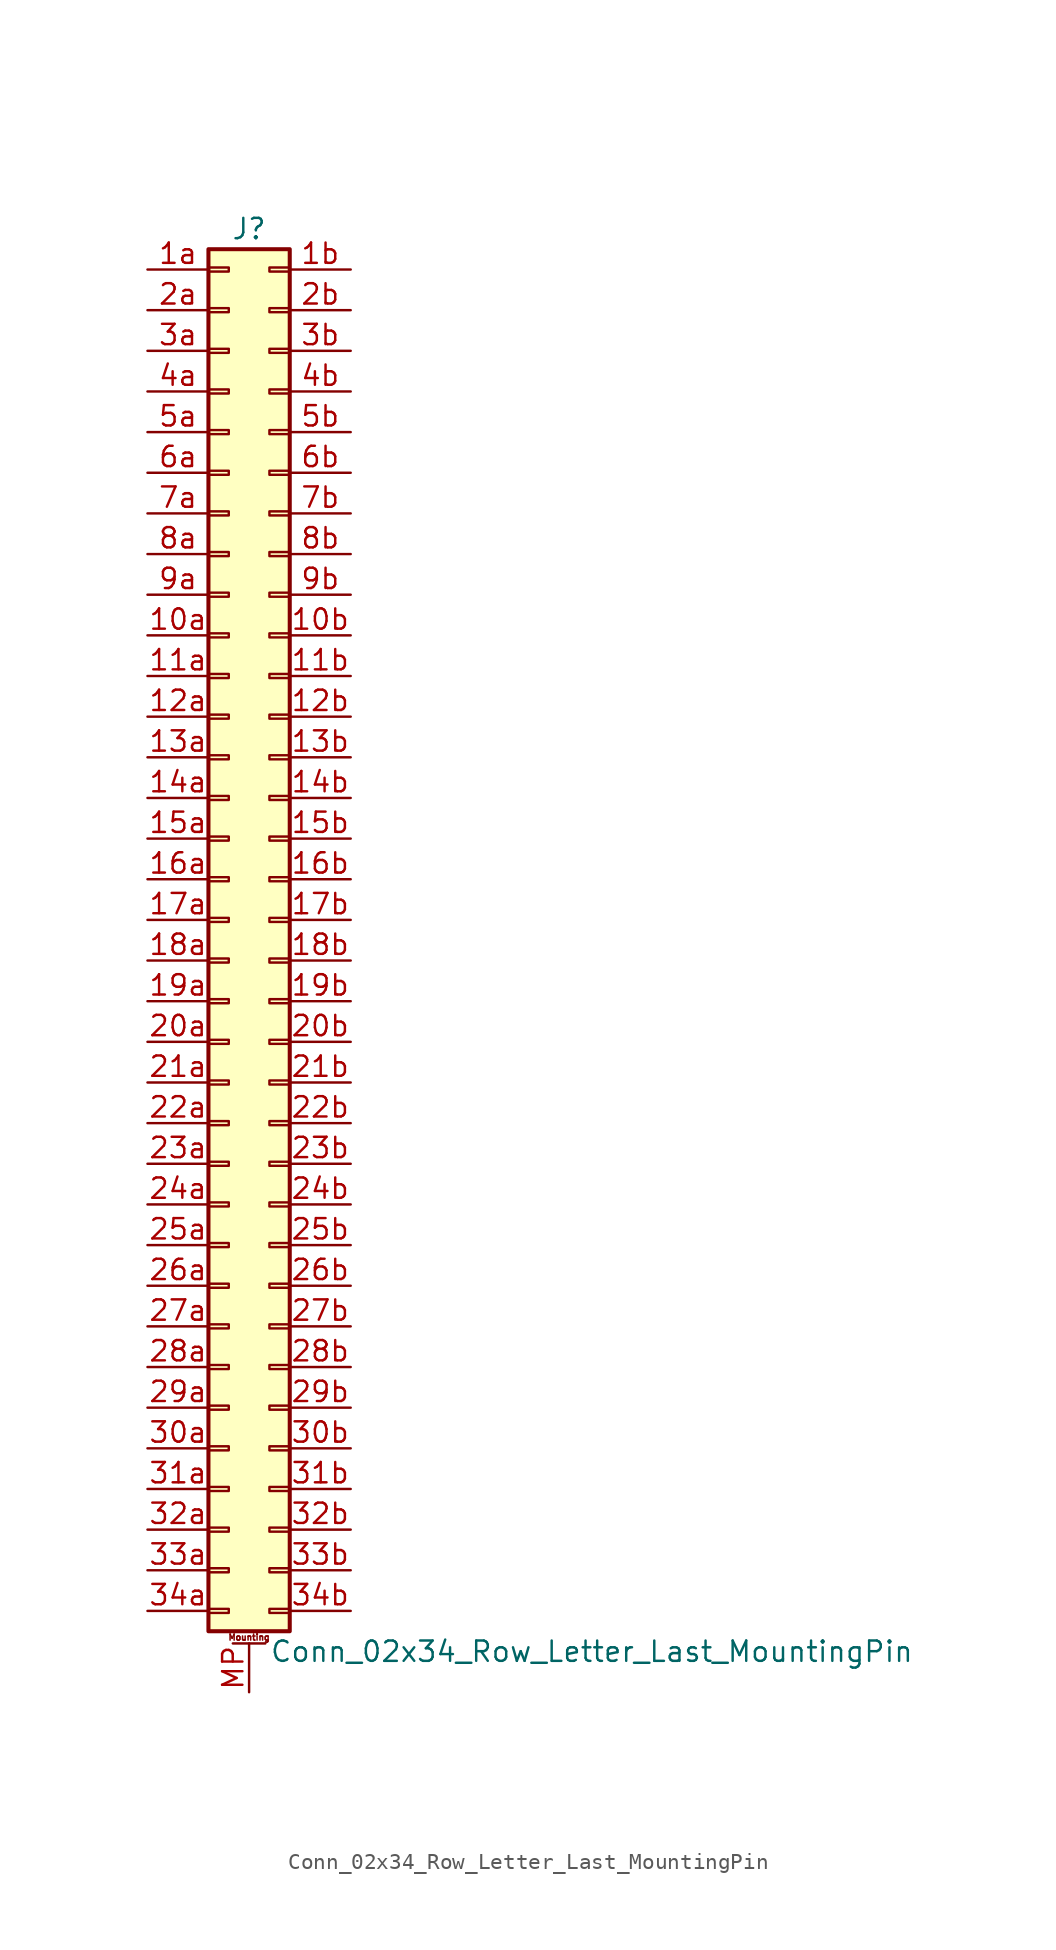
<source format=kicad_sym>
(kicad_symbol_lib
  (version 20201005)
  (generator kicad_symbol_editor)
  (symbol "Connector_Generic_MountingPin:Conn_02x34_Row_Letter_Last_MountingPin"
    (pin_names
      (offset 1.016) hide)
    (property "Reference" "J"
      (at 1.27 43.18 0)
      (effects (font (size 1.27 1.27))))
    (property "Value" "Conn_02x34_Row_Letter_Last_MountingPin"
      (at 2.54 -45.72 0)
      (effects (font (size 1.27 1.27)) (justify left)))
    (symbol "Conn_02x34_Row_Letter_Last_MountingPin_1_1"
      (text "Mounting" (at 1.27 -44.831 0) (effects (font (size 0.381 0.381))))
      (rectangle (start -1.27 -27.813) (end 0 -28.067) (stroke (width 0.152)) (fill (type none)))
      (rectangle (start -1.27 -30.353) (end 0 -30.607) (stroke (width 0.152)) (fill (type none)))
      (rectangle (start -1.27 -32.893) (end 0 -33.147) (stroke (width 0.152)) (fill (type none)))
      (rectangle (start -1.27 -35.433) (end 0 -35.687) (stroke (width 0.152)) (fill (type none)))
      (rectangle (start -1.27 -37.973) (end 0 -38.227) (stroke (width 0.152)) (fill (type none)))
      (rectangle (start -1.27 -40.513) (end 0 -40.767) (stroke (width 0.152)) (fill (type none)))
      (rectangle (start -1.27 -43.053) (end 0 -43.307) (stroke (width 0.152)) (fill (type none)))
      (rectangle (start -1.27 -4.953) (end 0 -5.207) (stroke (width 0.152)) (fill (type none)))
      (rectangle (start -1.27 -7.493) (end 0 -7.747) (stroke (width 0.152)) (fill (type none)))
      (rectangle (start -1.27 -10.033) (end 0 -10.287) (stroke (width 0.152)) (fill (type none)))
      (rectangle (start -1.27 -12.573) (end 0 -12.827) (stroke (width 0.152)) (fill (type none)))
      (rectangle (start -1.27 -15.113) (end 0 -15.367) (stroke (width 0.152)) (fill (type none)))
      (rectangle (start -1.27 -17.653) (end 0 -17.907) (stroke (width 0.152)) (fill (type none)))
      (rectangle (start -1.27 -20.193) (end 0 -20.447) (stroke (width 0.152)) (fill (type none)))
      (rectangle (start -1.27 -22.733) (end 0 -22.987) (stroke (width 0.152)) (fill (type none)))
      (rectangle (start -1.27 -2.413) (end 0 -2.667) (stroke (width 0.152)) (fill (type none)))
      (rectangle (start -1.27 -25.273) (end 0 -25.527) (stroke (width 0.152)) (fill (type none)))
      (rectangle (start -1.27 25.527) (end 0 25.273) (stroke (width 0.152)) (fill (type none)))
      (rectangle (start -1.27 2.667) (end 0 2.413) (stroke (width 0.152)) (fill (type none)))
      (rectangle (start -1.27 28.067) (end 0 27.813) (stroke (width 0.152)) (fill (type none)))
      (rectangle (start -1.27 30.607) (end 0 30.353) (stroke (width 0.152)) (fill (type none)))
      (rectangle (start -1.27 33.147) (end 0 32.893) (stroke (width 0.152)) (fill (type none)))
      (rectangle (start -1.27 35.687) (end 0 35.433) (stroke (width 0.152)) (fill (type none)))
      (rectangle (start -1.27 38.227) (end 0 37.973) (stroke (width 0.152)) (fill (type none)))
      (rectangle (start -1.27 40.767) (end 0 40.513) (stroke (width 0.152)) (fill (type none)))
      (rectangle (start -1.27 41.91) (end 3.81 -44.45) (stroke (width 0.254)) (fill (type background)))
      (rectangle (start -1.27 5.207) (end 0 4.953) (stroke (width 0.152)) (fill (type none)))
      (rectangle (start -1.27 7.747) (end 0 7.493) (stroke (width 0.152)) (fill (type none)))
      (rectangle (start -1.27 10.287) (end 0 10.033) (stroke (width 0.152)) (fill (type none)))
      (rectangle (start -1.27 0.127) (end 0 -0.127) (stroke (width 0.152)) (fill (type none)))
      (rectangle (start -1.27 12.827) (end 0 12.573) (stroke (width 0.152)) (fill (type none)))
      (rectangle (start -1.27 15.367) (end 0 15.113) (stroke (width 0.152)) (fill (type none)))
      (rectangle (start -1.27 17.907) (end 0 17.653) (stroke (width 0.152)) (fill (type none)))
      (rectangle (start -1.27 20.447) (end 0 20.193) (stroke (width 0.152)) (fill (type none)))
      (rectangle (start -1.27 22.987) (end 0 22.733) (stroke (width 0.152)) (fill (type none)))
      (rectangle (start 3.81 -27.813) (end 2.54 -28.067) (stroke (width 0.152)) (fill (type none)))
      (rectangle (start 3.81 -30.353) (end 2.54 -30.607) (stroke (width 0.152)) (fill (type none)))
      (rectangle (start 3.81 -32.893) (end 2.54 -33.147) (stroke (width 0.152)) (fill (type none)))
      (rectangle (start 3.81 -35.433) (end 2.54 -35.687) (stroke (width 0.152)) (fill (type none)))
      (rectangle (start 3.81 -37.973) (end 2.54 -38.227) (stroke (width 0.152)) (fill (type none)))
      (rectangle (start 3.81 -40.513) (end 2.54 -40.767) (stroke (width 0.152)) (fill (type none)))
      (rectangle (start 3.81 -43.053) (end 2.54 -43.307) (stroke (width 0.152)) (fill (type none)))
      (rectangle (start 3.81 -4.953) (end 2.54 -5.207) (stroke (width 0.152)) (fill (type none)))
      (rectangle (start 3.81 -7.493) (end 2.54 -7.747) (stroke (width 0.152)) (fill (type none)))
      (rectangle (start 3.81 -10.033) (end 2.54 -10.287) (stroke (width 0.152)) (fill (type none)))
      (rectangle (start 3.81 -12.573) (end 2.54 -12.827) (stroke (width 0.152)) (fill (type none)))
      (rectangle (start 3.81 -15.113) (end 2.54 -15.367) (stroke (width 0.152)) (fill (type none)))
      (rectangle (start 3.81 -17.653) (end 2.54 -17.907) (stroke (width 0.152)) (fill (type none)))
      (rectangle (start 3.81 -20.193) (end 2.54 -20.447) (stroke (width 0.152)) (fill (type none)))
      (rectangle (start 3.81 -22.733) (end 2.54 -22.987) (stroke (width 0.152)) (fill (type none)))
      (rectangle (start 3.81 -2.413) (end 2.54 -2.667) (stroke (width 0.152)) (fill (type none)))
      (rectangle (start 3.81 -25.273) (end 2.54 -25.527) (stroke (width 0.152)) (fill (type none)))
      (rectangle (start 3.81 25.527) (end 2.54 25.273) (stroke (width 0.152)) (fill (type none)))
      (rectangle (start 3.81 2.667) (end 2.54 2.413) (stroke (width 0.152)) (fill (type none)))
      (rectangle (start 3.81 28.067) (end 2.54 27.813) (stroke (width 0.152)) (fill (type none)))
      (rectangle (start 3.81 30.607) (end 2.54 30.353) (stroke (width 0.152)) (fill (type none)))
      (rectangle (start 3.81 33.147) (end 2.54 32.893) (stroke (width 0.152)) (fill (type none)))
      (rectangle (start 3.81 35.687) (end 2.54 35.433) (stroke (width 0.152)) (fill (type none)))
      (rectangle (start 3.81 38.227) (end 2.54 37.973) (stroke (width 0.152)) (fill (type none)))
      (rectangle (start 3.81 40.767) (end 2.54 40.513) (stroke (width 0.152)) (fill (type none)))
      (rectangle (start 3.81 5.207) (end 2.54 4.953) (stroke (width 0.152)) (fill (type none)))
      (rectangle (start 3.81 7.747) (end 2.54 7.493) (stroke (width 0.152)) (fill (type none)))
      (rectangle (start 3.81 10.287) (end 2.54 10.033) (stroke (width 0.152)) (fill (type none)))
      (rectangle (start 3.81 0.127) (end 2.54 -0.127) (stroke (width 0.152)) (fill (type none)))
      (rectangle (start 3.81 12.827) (end 2.54 12.573) (stroke (width 0.152)) (fill (type none)))
      (rectangle (start 3.81 15.367) (end 2.54 15.113) (stroke (width 0.152)) (fill (type none)))
      (rectangle (start 3.81 17.907) (end 2.54 17.653) (stroke (width 0.152)) (fill (type none)))
      (rectangle (start 3.81 20.447) (end 2.54 20.193) (stroke (width 0.152)) (fill (type none)))
      (rectangle (start 3.81 22.987) (end 2.54 22.733) (stroke (width 0.152)) (fill (type none)))
      (polyline (pts (xy 0.254 -45.212) (xy 2.286 -45.212)) (stroke (width 0.152)) (fill (type none)))
      (pin passive line (at 1.27 -48.26 90) (length 3.048) (name "MountPin" (effects (font (size 1.27 1.27)))) (number "MP" (effects (font (size 1.27 1.27)))))
      (pin passive line (at -5.08 17.78 0) (length 3.81) (name "Pin_10a" (effects (font (size 1.27 1.27)))) (number "10a" (effects (font (size 1.27 1.27)))))
      (pin passive line (at 7.62 17.78 180) (length 3.81) (name "Pin_10b" (effects (font (size 1.27 1.27)))) (number "10b" (effects (font (size 1.27 1.27)))))
      (pin passive line (at -5.08 15.24 0) (length 3.81) (name "Pin_11a" (effects (font (size 1.27 1.27)))) (number "11a" (effects (font (size 1.27 1.27)))))
      (pin passive line (at 7.62 15.24 180) (length 3.81) (name "Pin_11b" (effects (font (size 1.27 1.27)))) (number "11b" (effects (font (size 1.27 1.27)))))
      (pin passive line (at -5.08 12.7 0) (length 3.81) (name "Pin_12a" (effects (font (size 1.27 1.27)))) (number "12a" (effects (font (size 1.27 1.27)))))
      (pin passive line (at 7.62 12.7 180) (length 3.81) (name "Pin_12b" (effects (font (size 1.27 1.27)))) (number "12b" (effects (font (size 1.27 1.27)))))
      (pin passive line (at -5.08 10.16 0) (length 3.81) (name "Pin_13a" (effects (font (size 1.27 1.27)))) (number "13a" (effects (font (size 1.27 1.27)))))
      (pin passive line (at 7.62 10.16 180) (length 3.81) (name "Pin_13b" (effects (font (size 1.27 1.27)))) (number "13b" (effects (font (size 1.27 1.27)))))
      (pin passive line (at -5.08 7.62 0) (length 3.81) (name "Pin_14a" (effects (font (size 1.27 1.27)))) (number "14a" (effects (font (size 1.27 1.27)))))
      (pin passive line (at 7.62 7.62 180) (length 3.81) (name "Pin_14b" (effects (font (size 1.27 1.27)))) (number "14b" (effects (font (size 1.27 1.27)))))
      (pin passive line (at -5.08 5.08 0) (length 3.81) (name "Pin_15a" (effects (font (size 1.27 1.27)))) (number "15a" (effects (font (size 1.27 1.27)))))
      (pin passive line (at 7.62 5.08 180) (length 3.81) (name "Pin_15b" (effects (font (size 1.27 1.27)))) (number "15b" (effects (font (size 1.27 1.27)))))
      (pin passive line (at -5.08 2.54 0) (length 3.81) (name "Pin_16a" (effects (font (size 1.27 1.27)))) (number "16a" (effects (font (size 1.27 1.27)))))
      (pin passive line (at 7.62 2.54 180) (length 3.81) (name "Pin_16b" (effects (font (size 1.27 1.27)))) (number "16b" (effects (font (size 1.27 1.27)))))
      (pin passive line (at -5.08 0 0) (length 3.81) (name "Pin_17a" (effects (font (size 1.27 1.27)))) (number "17a" (effects (font (size 1.27 1.27)))))
      (pin passive line (at 7.62 0 180) (length 3.81) (name "Pin_17b" (effects (font (size 1.27 1.27)))) (number "17b" (effects (font (size 1.27 1.27)))))
      (pin passive line (at -5.08 -2.54 0) (length 3.81) (name "Pin_18a" (effects (font (size 1.27 1.27)))) (number "18a" (effects (font (size 1.27 1.27)))))
      (pin passive line (at 7.62 -2.54 180) (length 3.81) (name "Pin_18b" (effects (font (size 1.27 1.27)))) (number "18b" (effects (font (size 1.27 1.27)))))
      (pin passive line (at -5.08 -5.08 0) (length 3.81) (name "Pin_19a" (effects (font (size 1.27 1.27)))) (number "19a" (effects (font (size 1.27 1.27)))))
      (pin passive line (at 7.62 -5.08 180) (length 3.81) (name "Pin_19b" (effects (font (size 1.27 1.27)))) (number "19b" (effects (font (size 1.27 1.27)))))
      (pin passive line (at -5.08 40.64 0) (length 3.81) (name "Pin_1a" (effects (font (size 1.27 1.27)))) (number "1a" (effects (font (size 1.27 1.27)))))
      (pin passive line (at 7.62 40.64 180) (length 3.81) (name "Pin_1b" (effects (font (size 1.27 1.27)))) (number "1b" (effects (font (size 1.27 1.27)))))
      (pin passive line (at -5.08 -7.62 0) (length 3.81) (name "Pin_20a" (effects (font (size 1.27 1.27)))) (number "20a" (effects (font (size 1.27 1.27)))))
      (pin passive line (at 7.62 -7.62 180) (length 3.81) (name "Pin_20b" (effects (font (size 1.27 1.27)))) (number "20b" (effects (font (size 1.27 1.27)))))
      (pin passive line (at -5.08 -10.16 0) (length 3.81) (name "Pin_21a" (effects (font (size 1.27 1.27)))) (number "21a" (effects (font (size 1.27 1.27)))))
      (pin passive line (at 7.62 -10.16 180) (length 3.81) (name "Pin_21b" (effects (font (size 1.27 1.27)))) (number "21b" (effects (font (size 1.27 1.27)))))
      (pin passive line (at -5.08 -12.7 0) (length 3.81) (name "Pin_22a" (effects (font (size 1.27 1.27)))) (number "22a" (effects (font (size 1.27 1.27)))))
      (pin passive line (at 7.62 -12.7 180) (length 3.81) (name "Pin_22b" (effects (font (size 1.27 1.27)))) (number "22b" (effects (font (size 1.27 1.27)))))
      (pin passive line (at -5.08 -15.24 0) (length 3.81) (name "Pin_23a" (effects (font (size 1.27 1.27)))) (number "23a" (effects (font (size 1.27 1.27)))))
      (pin passive line (at 7.62 -15.24 180) (length 3.81) (name "Pin_23b" (effects (font (size 1.27 1.27)))) (number "23b" (effects (font (size 1.27 1.27)))))
      (pin passive line (at -5.08 -17.78 0) (length 3.81) (name "Pin_24a" (effects (font (size 1.27 1.27)))) (number "24a" (effects (font (size 1.27 1.27)))))
      (pin passive line (at 7.62 -17.78 180) (length 3.81) (name "Pin_24b" (effects (font (size 1.27 1.27)))) (number "24b" (effects (font (size 1.27 1.27)))))
      (pin passive line (at -5.08 -20.32 0) (length 3.81) (name "Pin_25a" (effects (font (size 1.27 1.27)))) (number "25a" (effects (font (size 1.27 1.27)))))
      (pin passive line (at 7.62 -20.32 180) (length 3.81) (name "Pin_25b" (effects (font (size 1.27 1.27)))) (number "25b" (effects (font (size 1.27 1.27)))))
      (pin passive line (at -5.08 -22.86 0) (length 3.81) (name "Pin_26a" (effects (font (size 1.27 1.27)))) (number "26a" (effects (font (size 1.27 1.27)))))
      (pin passive line (at 7.62 -22.86 180) (length 3.81) (name "Pin_26b" (effects (font (size 1.27 1.27)))) (number "26b" (effects (font (size 1.27 1.27)))))
      (pin passive line (at -5.08 -25.4 0) (length 3.81) (name "Pin_27a" (effects (font (size 1.27 1.27)))) (number "27a" (effects (font (size 1.27 1.27)))))
      (pin passive line (at 7.62 -25.4 180) (length 3.81) (name "Pin_27b" (effects (font (size 1.27 1.27)))) (number "27b" (effects (font (size 1.27 1.27)))))
      (pin passive line (at -5.08 -27.94 0) (length 3.81) (name "Pin_28a" (effects (font (size 1.27 1.27)))) (number "28a" (effects (font (size 1.27 1.27)))))
      (pin passive line (at 7.62 -27.94 180) (length 3.81) (name "Pin_28b" (effects (font (size 1.27 1.27)))) (number "28b" (effects (font (size 1.27 1.27)))))
      (pin passive line (at -5.08 -30.48 0) (length 3.81) (name "Pin_29a" (effects (font (size 1.27 1.27)))) (number "29a" (effects (font (size 1.27 1.27)))))
      (pin passive line (at 7.62 -30.48 180) (length 3.81) (name "Pin_29b" (effects (font (size 1.27 1.27)))) (number "29b" (effects (font (size 1.27 1.27)))))
      (pin passive line (at -5.08 38.1 0) (length 3.81) (name "Pin_2a" (effects (font (size 1.27 1.27)))) (number "2a" (effects (font (size 1.27 1.27)))))
      (pin passive line (at 7.62 38.1 180) (length 3.81) (name "Pin_2b" (effects (font (size 1.27 1.27)))) (number "2b" (effects (font (size 1.27 1.27)))))
      (pin passive line (at -5.08 -33.02 0) (length 3.81) (name "Pin_30a" (effects (font (size 1.27 1.27)))) (number "30a" (effects (font (size 1.27 1.27)))))
      (pin passive line (at 7.62 -33.02 180) (length 3.81) (name "Pin_30b" (effects (font (size 1.27 1.27)))) (number "30b" (effects (font (size 1.27 1.27)))))
      (pin passive line (at -5.08 -35.56 0) (length 3.81) (name "Pin_31a" (effects (font (size 1.27 1.27)))) (number "31a" (effects (font (size 1.27 1.27)))))
      (pin passive line (at 7.62 -35.56 180) (length 3.81) (name "Pin_31b" (effects (font (size 1.27 1.27)))) (number "31b" (effects (font (size 1.27 1.27)))))
      (pin passive line (at -5.08 -38.1 0) (length 3.81) (name "Pin_32a" (effects (font (size 1.27 1.27)))) (number "32a" (effects (font (size 1.27 1.27)))))
      (pin passive line (at 7.62 -38.1 180) (length 3.81) (name "Pin_32b" (effects (font (size 1.27 1.27)))) (number "32b" (effects (font (size 1.27 1.27)))))
      (pin passive line (at -5.08 -40.64 0) (length 3.81) (name "Pin_33a" (effects (font (size 1.27 1.27)))) (number "33a" (effects (font (size 1.27 1.27)))))
      (pin passive line (at 7.62 -40.64 180) (length 3.81) (name "Pin_33b" (effects (font (size 1.27 1.27)))) (number "33b" (effects (font (size 1.27 1.27)))))
      (pin passive line (at -5.08 -43.18 0) (length 3.81) (name "Pin_34a" (effects (font (size 1.27 1.27)))) (number "34a" (effects (font (size 1.27 1.27)))))
      (pin passive line (at 7.62 -43.18 180) (length 3.81) (name "Pin_34b" (effects (font (size 1.27 1.27)))) (number "34b" (effects (font (size 1.27 1.27)))))
      (pin passive line (at -5.08 35.56 0) (length 3.81) (name "Pin_3a" (effects (font (size 1.27 1.27)))) (number "3a" (effects (font (size 1.27 1.27)))))
      (pin passive line (at 7.62 35.56 180) (length 3.81) (name "Pin_3b" (effects (font (size 1.27 1.27)))) (number "3b" (effects (font (size 1.27 1.27)))))
      (pin passive line (at -5.08 33.02 0) (length 3.81) (name "Pin_4a" (effects (font (size 1.27 1.27)))) (number "4a" (effects (font (size 1.27 1.27)))))
      (pin passive line (at 7.62 33.02 180) (length 3.81) (name "Pin_4b" (effects (font (size 1.27 1.27)))) (number "4b" (effects (font (size 1.27 1.27)))))
      (pin passive line (at -5.08 30.48 0) (length 3.81) (name "Pin_5a" (effects (font (size 1.27 1.27)))) (number "5a" (effects (font (size 1.27 1.27)))))
      (pin passive line (at 7.62 30.48 180) (length 3.81) (name "Pin_5b" (effects (font (size 1.27 1.27)))) (number "5b" (effects (font (size 1.27 1.27)))))
      (pin passive line (at -5.08 27.94 0) (length 3.81) (name "Pin_6a" (effects (font (size 1.27 1.27)))) (number "6a" (effects (font (size 1.27 1.27)))))
      (pin passive line (at 7.62 27.94 180) (length 3.81) (name "Pin_6b" (effects (font (size 1.27 1.27)))) (number "6b" (effects (font (size 1.27 1.27)))))
      (pin passive line (at -5.08 25.4 0) (length 3.81) (name "Pin_7a" (effects (font (size 1.27 1.27)))) (number "7a" (effects (font (size 1.27 1.27)))))
      (pin passive line (at 7.62 25.4 180) (length 3.81) (name "Pin_7b" (effects (font (size 1.27 1.27)))) (number "7b" (effects (font (size 1.27 1.27)))))
      (pin passive line (at -5.08 22.86 0) (length 3.81) (name "Pin_8a" (effects (font (size 1.27 1.27)))) (number "8a" (effects (font (size 1.27 1.27)))))
      (pin passive line (at 7.62 22.86 180) (length 3.81) (name "Pin_8b" (effects (font (size 1.27 1.27)))) (number "8b" (effects (font (size 1.27 1.27)))))
      (pin passive line (at -5.08 20.32 0) (length 3.81) (name "Pin_9a" (effects (font (size 1.27 1.27)))) (number "9a" (effects (font (size 1.27 1.27)))))
      (pin passive line (at 7.62 20.32 180) (length 3.81) (name "Pin_9b" (effects (font (size 1.27 1.27)))) (number "9b" (effects (font (size 1.27 1.27))))))))
</source>
